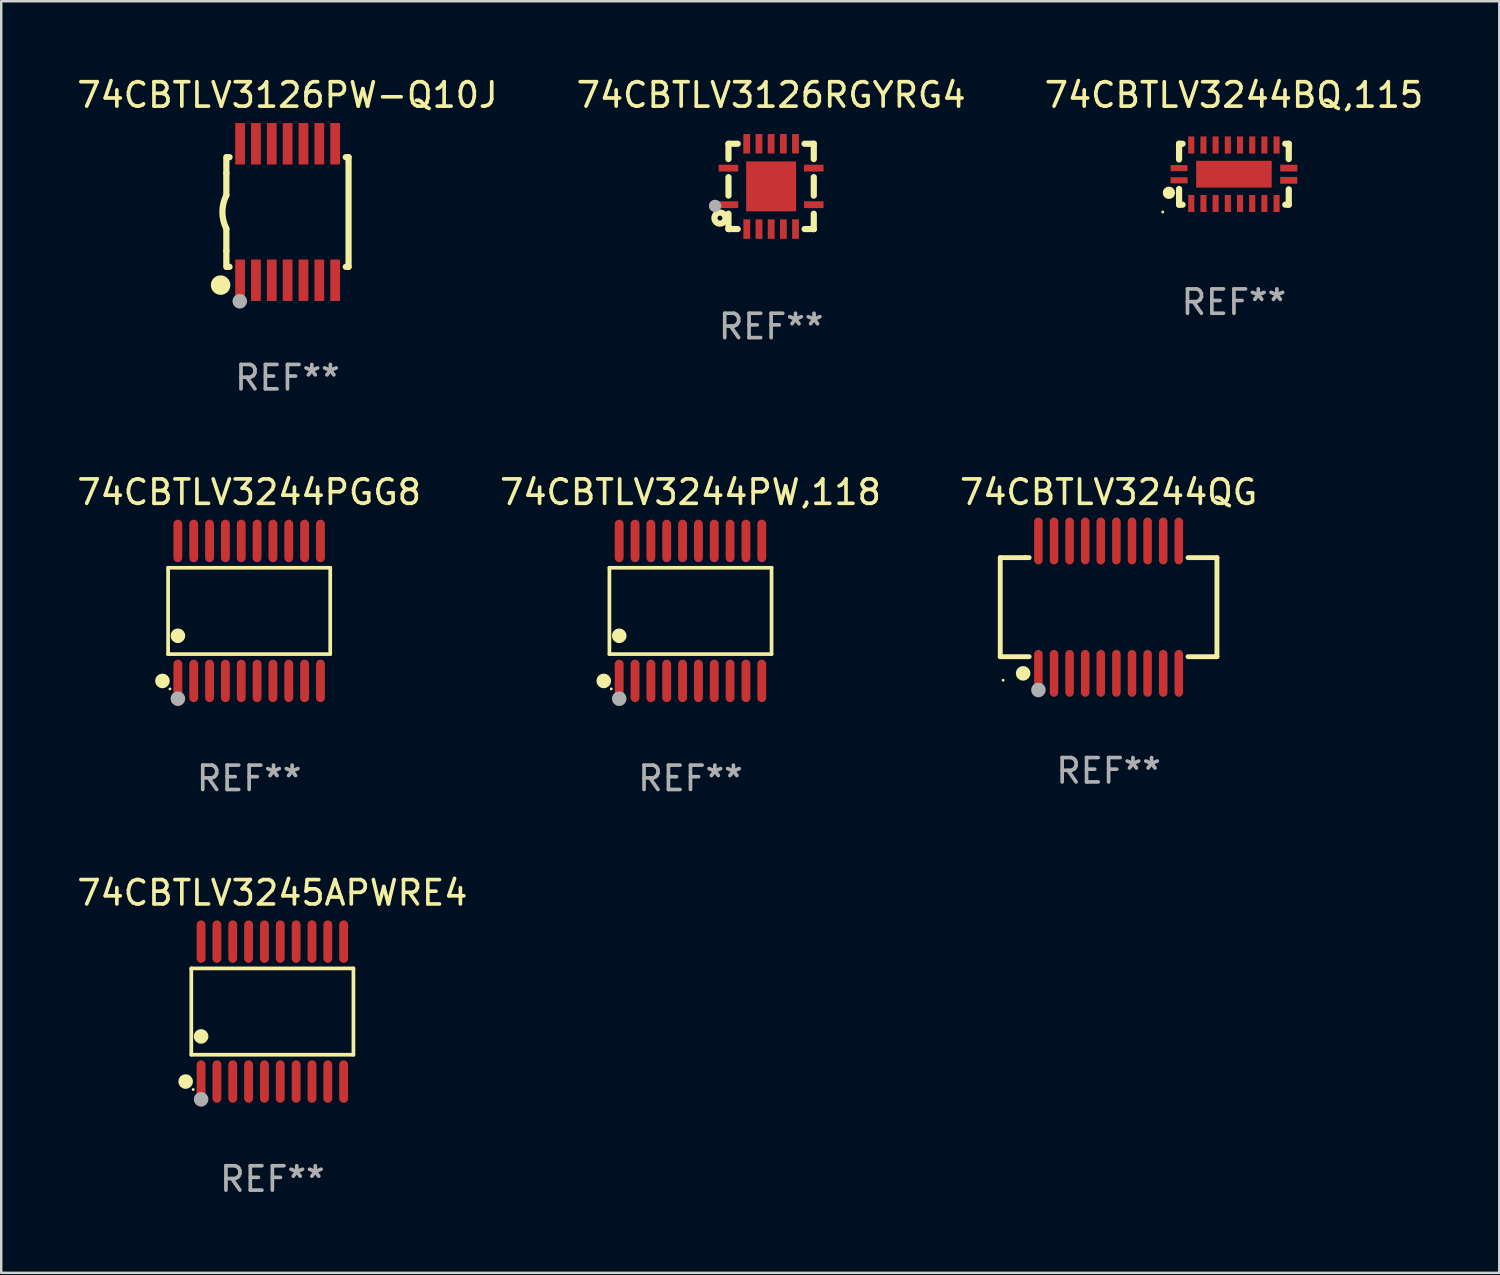
<source format=kicad_pcb>
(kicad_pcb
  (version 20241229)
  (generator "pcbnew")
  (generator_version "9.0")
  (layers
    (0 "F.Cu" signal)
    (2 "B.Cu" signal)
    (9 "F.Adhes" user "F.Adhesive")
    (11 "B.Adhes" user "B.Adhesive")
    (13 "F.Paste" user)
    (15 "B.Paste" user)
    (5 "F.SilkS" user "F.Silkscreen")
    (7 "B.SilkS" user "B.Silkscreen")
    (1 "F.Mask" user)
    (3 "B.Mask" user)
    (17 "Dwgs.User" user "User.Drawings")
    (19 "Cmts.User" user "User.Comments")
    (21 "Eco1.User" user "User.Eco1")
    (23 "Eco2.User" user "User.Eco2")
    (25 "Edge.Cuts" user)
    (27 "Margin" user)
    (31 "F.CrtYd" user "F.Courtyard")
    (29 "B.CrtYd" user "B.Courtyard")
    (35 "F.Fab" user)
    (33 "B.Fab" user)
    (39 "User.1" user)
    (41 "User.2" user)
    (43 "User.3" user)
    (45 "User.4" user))
  (footprint "74CBTLV3126RGYRG4"
    (layer "F.Cu")
    (at 28.589 4.598)
    (property "Reference" "74CBTLV3126RGYRG4" (at 0 -3.75 0) (layer "F.SilkS") (effects (font (size 1 1) (thickness 0.15))))
    (attr through_hole)
    (fp_line (start -1.75 1.75) (end -1.37 1.75) (stroke (width 0.254) (type solid)) (layer "F.SilkS"))
    (fp_line (start -1.75 -1.75) (end -1.75 -1.121) (stroke (width 0.254) (type solid)) (layer "F.SilkS"))
    (fp_line (start -1.75 -0.379) (end -1.75 0.377) (stroke (width 0.254) (type solid)) (layer "F.SilkS"))
    (fp_line (start -1.75 1.119) (end -1.75 1.75) (stroke (width 0.254) (type solid)) (layer "F.SilkS"))
    (fp_line (start -1.75 1.75) (end -1.75 1.75) (stroke (width 0.254) (type solid)) (layer "F.SilkS"))
    (fp_line (start -1.371 -1.75) (end -1.75 -1.75) (stroke (width 0.254) (type solid)) (layer "F.SilkS"))
    (fp_line (start 1.373 1.75) (end 1.75 1.75) (stroke (width 0.254) (type solid)) (layer "F.SilkS"))
    (fp_line (start 1.75 1.75) (end 1.75 1.75) (stroke (width 0.254) (type solid)) (layer "F.SilkS"))
    (fp_line (start 1.75 -1.75) (end 1.371 -1.75) (stroke (width 0.254) (type solid)) (layer "F.SilkS"))
    (fp_line (start 1.75 -1.121) (end 1.75 -1.75) (stroke (width 0.254) (type solid)) (layer "F.SilkS"))
    (fp_line (start 1.75 0.379) (end 1.75 -0.379) (stroke (width 0.254) (type solid)) (layer "F.SilkS"))
    (fp_line (start 1.75 1.75) (end 1.75 1.121) (stroke (width 0.254) (type solid)) (layer "F.SilkS"))
    (fp_circle (center -2.1 1.3) (end -2 1.3) (stroke (width 0.254) (type solid)) (fill no) (layer "F.SilkS"))
    (fp_circle (center -1.747 1.751) (end -1.717 1.751) (stroke (width 0.06) (type solid)) (fill no) (layer "F.SilkS"))
    (fp_circle (center -2.3 0.8) (end -2.173 0.8) (stroke (width 0.254) (type solid)) (fill no) (layer "F.Fab"))
    (fp_text user "REF**" (at 0 5.75 0) (layer "F.Fab") (effects (font (size 1 1) (thickness 0.15))))
    (pad "1" smd rect (at -1.75 0.75 270) (size 0.28 0.8) (layers "F.Cu" "F.Mask" "F.Paste"))
    (pad "2" smd rect (at -0.998 1.75 180) (size 0.28 0.8) (layers "F.Cu" "F.Mask" "F.Paste"))
    (pad "3" smd rect (at -0.498 1.75 180) (size 0.28 0.8) (layers "F.Cu" "F.Mask" "F.Paste"))
    (pad "4" smd rect (at 0.002 1.75 180) (size 0.28 0.8) (layers "F.Cu" "F.Mask" "F.Paste"))
    (pad "5" smd rect (at 0.502 1.75 180) (size 0.28 0.8) (layers "F.Cu" "F.Mask" "F.Paste"))
    (pad "6" smd rect (at 1.002 1.75 180) (size 0.28 0.8) (layers "F.Cu" "F.Mask" "F.Paste"))
    (pad "7" smd rect (at 1.75 0.75 270) (size 0.28 0.8) (layers "F.Cu" "F.Mask" "F.Paste"))
    (pad "8" smd rect (at 1.75 -0.75 270) (size 0.28 0.8) (layers "F.Cu" "F.Mask" "F.Paste"))
    (pad "9" smd rect (at 1 -1.75) (size 0.28 0.8) (layers "F.Cu" "F.Mask" "F.Paste"))
    (pad "10" smd rect (at 0.5 -1.75) (size 0.28 0.8) (layers "F.Cu" "F.Mask" "F.Paste"))
    (pad "11" smd rect (at 0 -1.75) (size 0.28 0.8) (layers "F.Cu" "F.Mask" "F.Paste"))
    (pad "12" smd rect (at -0.5 -1.75) (size 0.28 0.8) (layers "F.Cu" "F.Mask" "F.Paste"))
    (pad "13" smd rect (at -1 -1.75) (size 0.28 0.8) (layers "F.Cu" "F.Mask" "F.Paste"))
    (pad "14" smd rect (at -1.75 -0.75 90) (size 0.28 0.8) (layers "F.Cu" "F.Mask" "F.Paste"))
    (pad "15" smd rect (at 0 0 180) (size 2.05 2.05) (layers "F.Cu" "F.Mask" "F.Paste")))
  (footprint "74CBTLV3244BQ,115"
    (layer "F.Cu")
    (at 47.577 4.098)
    (property "Reference" "74CBTLV3244BQ,115" (at 0 -3.25 0) (layer "F.SilkS") (effects (font (size 1 1) (thickness 0.15))))
    (attr through_hole)
    (fp_line (start -2.25 0.605) (end -2.25 1.25) (stroke (width 0.254) (type solid)) (layer "F.SilkS"))
    (fp_line (start -2.25 1.25) (end -2.107 1.25) (stroke (width 0.254) (type solid)) (layer "F.SilkS"))
    (fp_line (start -2.25 -1.25) (end -2.25 -0.606) (stroke (width 0.254) (type solid)) (layer "F.SilkS"))
    (fp_line (start -2.25 -1.25) (end -2.107 -1.25) (stroke (width 0.254) (type solid)) (layer "F.SilkS"))
    (fp_line (start 2.107 -1.25) (end 2.25 -1.25) (stroke (width 0.254) (type solid)) (layer "F.SilkS"))
    (fp_line (start 2.107 1.25) (end 2.25 1.25) (stroke (width 0.254) (type solid)) (layer "F.SilkS"))
    (fp_line (start 2.25 -1.25) (end 2.25 -0.622) (stroke (width 0.254) (type solid)) (layer "F.SilkS"))
    (fp_line (start 2.25 0.62) (end 2.25 1.25) (stroke (width 0.254) (type solid)) (layer "F.SilkS"))
    (fp_circle (center -2.921 1.55) (end -2.891 1.55) (stroke (width 0.06) (type solid)) (fill no) (layer "F.SilkS"))
    (fp_circle (center -2.667 0.762) (end -2.54 0.762) (stroke (width 0.254) (type solid)) (fill no) (layer "F.SilkS"))
    (fp_text user "REF**" (at 0 5.25 0) (layer "F.Fab") (effects (font (size 1 1) (thickness 0.15))))
    (pad "1" smd rect (at -2.25 0.25 180) (size 0.7 0.25) (layers "F.Cu" "F.Mask" "F.Paste"))
    (pad "2" smd rect (at -1.75 1.2 90) (size 0.7 0.25) (layers "F.Cu" "F.Mask" "F.Paste"))
    (pad "3" smd rect (at -1.25 1.2 90) (size 0.7 0.25) (layers "F.Cu" "F.Mask" "F.Paste"))
    (pad "4" smd rect (at -0.751 1.2 90) (size 0.7 0.25) (layers "F.Cu" "F.Mask" "F.Paste"))
    (pad "5" smd rect (at -0.25 1.2 90) (size 0.7 0.25) (layers "F.Cu" "F.Mask" "F.Paste"))
    (pad "6" smd rect (at 0.25 1.2 90) (size 0.7 0.25) (layers "F.Cu" "F.Mask" "F.Paste"))
    (pad "7" smd rect (at 0.751 1.2 90) (size 0.7 0.25) (layers "F.Cu" "F.Mask" "F.Paste"))
    (pad "8" smd rect (at 1.25 1.2 90) (size 0.7 0.25) (layers "F.Cu" "F.Mask" "F.Paste"))
    (pad "9" smd rect (at 1.75 1.2 90) (size 0.7 0.25) (layers "F.Cu" "F.Mask" "F.Paste"))
    (pad "10" smd rect (at 2.25 0.25 180) (size 0.7 0.28) (layers "F.Cu" "F.Mask" "F.Paste"))
    (pad "11" smd rect (at 2.25 -0.251 180) (size 0.7 0.28) (layers "F.Cu" "F.Mask" "F.Paste"))
    (pad "12" smd rect (at 1.75 -1.2 90) (size 0.7 0.25) (layers "F.Cu" "F.Mask" "F.Paste"))
    (pad "13" smd rect (at 1.25 -1.2 90) (size 0.7 0.25) (layers "F.Cu" "F.Mask" "F.Paste"))
    (pad "14" smd rect (at 0.751 -1.2 90) (size 0.7 0.25) (layers "F.Cu" "F.Mask" "F.Paste"))
    (pad "15" smd rect (at 0.25 -1.2 90) (size 0.7 0.25) (layers "F.Cu" "F.Mask" "F.Paste"))
    (pad "16" smd rect (at -0.25 -1.2 90) (size 0.7 0.25) (layers "F.Cu" "F.Mask" "F.Paste"))
    (pad "17" smd rect (at -0.751 -1.2 90) (size 0.7 0.25) (layers "F.Cu" "F.Mask" "F.Paste"))
    (pad "18" smd rect (at -1.25 -1.2 90) (size 0.7 0.25) (layers "F.Cu" "F.Mask" "F.Paste"))
    (pad "19" smd rect (at -1.75 -1.2 90) (size 0.7 0.25) (layers "F.Cu" "F.Mask" "F.Paste"))
    (pad "20" smd rect (at -2.25 -0.25 180) (size 0.7 0.25) (layers "F.Cu" "F.Mask" "F.Paste"))
    (pad "21" smd rect (at 0 -0.001 180) (size 3.1 1.1) (layers "F.Cu" "F.Mask" "F.Paste")))
  (footprint "74CBTLV3244PW,118"
    (layer "F.Cu")
    (at 25.28 22.016)
    (property "Reference" "74CBTLV3244PW,118" (at 0 -4.871 0) (layer "F.SilkS") (effects (font (size 1 1) (thickness 0.15))))
    (attr through_hole)
    (fp_line (start -3.326 -1.771) (end 3.326 -1.771) (stroke (width 0.152) (type solid)) (layer "F.SilkS"))
    (fp_line (start -3.326 1.771) (end -3.326 -1.771) (stroke (width 0.152) (type solid)) (layer "F.SilkS"))
    (fp_line (start 3.326 -1.771) (end 3.326 1.771) (stroke (width 0.152) (type solid)) (layer "F.SilkS"))
    (fp_line (start 3.326 1.771) (end -3.326 1.771) (stroke (width 0.152) (type solid)) (layer "F.SilkS"))
    (fp_circle (center -3.559 2.871) (end -3.409 2.871) (stroke (width 0.3) (type solid)) (fill no) (layer "F.SilkS"))
    (fp_circle (center -3.25 3.2) (end -3.22 3.2) (stroke (width 0.06) (type solid)) (fill no) (layer "F.SilkS"))
    (fp_circle (center -2.925 1.019) (end -2.775 1.019) (stroke (width 0.3) (type solid)) (fill no) (layer "F.SilkS"))
    (fp_circle (center -2.925 3.6) (end -2.775 3.6) (stroke (width 0.3) (type solid)) (fill no) (layer "F.Fab"))
    (fp_text user "REF**" (at 0 6.871 0) (layer "F.Fab") (effects (font (size 1 1) (thickness 0.15))))
    (pad "1" smd oval (at -2.925 2.871) (size 0.364 1.742) (layers "F.Cu" "F.Mask" "F.Paste"))
    (pad "2" smd oval (at -2.275 2.871) (size 0.364 1.742) (layers "F.Cu" "F.Mask" "F.Paste"))
    (pad "3" smd oval (at -1.625 2.871) (size 0.364 1.742) (layers "F.Cu" "F.Mask" "F.Paste"))
    (pad "4" smd oval (at -0.975 2.871) (size 0.364 1.742) (layers "F.Cu" "F.Mask" "F.Paste"))
    (pad "5" smd oval (at -0.325 2.871) (size 0.364 1.742) (layers "F.Cu" "F.Mask" "F.Paste"))
    (pad "6" smd oval (at 0.325 2.871) (size 0.364 1.742) (layers "F.Cu" "F.Mask" "F.Paste"))
    (pad "7" smd oval (at 0.975 2.871) (size 0.364 1.742) (layers "F.Cu" "F.Mask" "F.Paste"))
    (pad "8" smd oval (at 1.625 2.871) (size 0.364 1.742) (layers "F.Cu" "F.Mask" "F.Paste"))
    (pad "9" smd oval (at 2.275 2.871) (size 0.364 1.742) (layers "F.Cu" "F.Mask" "F.Paste"))
    (pad "10" smd oval (at 2.925 2.871) (size 0.364 1.742) (layers "F.Cu" "F.Mask" "F.Paste"))
    (pad "11" smd oval (at 2.925 -2.871) (size 0.364 1.742) (layers "F.Cu" "F.Mask" "F.Paste"))
    (pad "12" smd oval (at 2.275 -2.871) (size 0.364 1.742) (layers "F.Cu" "F.Mask" "F.Paste"))
    (pad "13" smd oval (at 1.625 -2.871) (size 0.364 1.742) (layers "F.Cu" "F.Mask" "F.Paste"))
    (pad "14" smd oval (at 0.975 -2.871) (size 0.364 1.742) (layers "F.Cu" "F.Mask" "F.Paste"))
    (pad "15" smd oval (at 0.325 -2.871) (size 0.364 1.742) (layers "F.Cu" "F.Mask" "F.Paste"))
    (pad "16" smd oval (at -0.325 -2.871) (size 0.364 1.742) (layers "F.Cu" "F.Mask" "F.Paste"))
    (pad "17" smd oval (at -0.975 -2.871) (size 0.364 1.742) (layers "F.Cu" "F.Mask" "F.Paste"))
    (pad "18" smd oval (at -1.625 -2.871) (size 0.364 1.742) (layers "F.Cu" "F.Mask" "F.Paste"))
    (pad "19" smd oval (at -2.275 -2.871) (size 0.364 1.742) (layers "F.Cu" "F.Mask" "F.Paste"))
    (pad "20" smd oval (at -2.925 -2.871) (size 0.364 1.742) (layers "F.Cu" "F.Mask" "F.Paste")))
  (footprint "74CBTLV3244QG"
    (layer "F.Cu")
    (at 42.435 21.861)
    (property "Reference" "74CBTLV3244QG" (at 0 -4.716 0) (layer "F.SilkS") (effects (font (size 1 1) (thickness 0.15))))
    (attr through_hole)
    (fp_line (start -4.445 -2.032) (end -4.445 2.032) (stroke (width 0.2) (type solid)) (layer "F.SilkS"))
    (fp_line (start -4.445 2.032) (end -3.259 2.032) (stroke (width 0.2) (type solid)) (layer "F.SilkS"))
    (fp_line (start -3.429 -2.032) (end -4.445 -2.032) (stroke (width 0.2) (type solid)) (layer "F.SilkS"))
    (fp_line (start -3.259 -2.032) (end -3.429 -2.032) (stroke (width 0.2) (type solid)) (layer "F.SilkS"))
    (fp_line (start 3.259 2.032) (end 4.445 2.032) (stroke (width 0.2) (type solid)) (layer "F.SilkS"))
    (fp_line (start 4.445 -2.032) (end 3.259 -2.032) (stroke (width 0.2) (type solid)) (layer "F.SilkS"))
    (fp_line (start 4.445 2.032) (end 4.445 -2.032) (stroke (width 0.2) (type solid)) (layer "F.SilkS"))
    (fp_circle (center -4.327 2.997) (end -4.297 2.997) (stroke (width 0.06) (type solid)) (fill no) (layer "F.SilkS"))
    (fp_circle (center -3.507 2.716) (end -3.357 2.716) (stroke (width 0.3) (type solid)) (fill no) (layer "F.SilkS"))
    (fp_circle (center -2.88 3.398) (end -2.73 3.398) (stroke (width 0.3) (type solid)) (fill no) (layer "F.Fab"))
    (fp_text user "REF**" (at 0 6.716 0) (layer "F.Fab") (effects (font (size 1 1) (thickness 0.15))))
    (pad "1" smd oval (at -2.88 2.716) (size 0.35 1.922) (layers "F.Cu" "F.Mask" "F.Paste"))
    (pad "2" smd oval (at -2.24 2.716) (size 0.35 1.922) (layers "F.Cu" "F.Mask" "F.Paste"))
    (pad "3" smd oval (at -1.6 2.716) (size 0.35 1.922) (layers "F.Cu" "F.Mask" "F.Paste"))
    (pad "4" smd oval (at -0.96 2.716) (size 0.35 1.922) (layers "F.Cu" "F.Mask" "F.Paste"))
    (pad "5" smd oval (at -0.32 2.716) (size 0.35 1.922) (layers "F.Cu" "F.Mask" "F.Paste"))
    (pad "6" smd oval (at 0.32 2.716) (size 0.35 1.922) (layers "F.Cu" "F.Mask" "F.Paste"))
    (pad "7" smd oval (at 0.96 2.716) (size 0.35 1.922) (layers "F.Cu" "F.Mask" "F.Paste"))
    (pad "8" smd oval (at 1.6 2.716) (size 0.35 1.922) (layers "F.Cu" "F.Mask" "F.Paste"))
    (pad "9" smd oval (at 2.24 2.716) (size 0.35 1.922) (layers "F.Cu" "F.Mask" "F.Paste"))
    (pad "10" smd oval (at 2.88 2.716) (size 0.35 1.922) (layers "F.Cu" "F.Mask" "F.Paste"))
    (pad "11" smd oval (at 2.88 -2.716) (size 0.35 1.922) (layers "F.Cu" "F.Mask" "F.Paste"))
    (pad "12" smd oval (at 2.24 -2.716) (size 0.35 1.922) (layers "F.Cu" "F.Mask" "F.Paste"))
    (pad "13" smd oval (at 1.6 -2.716) (size 0.35 1.922) (layers "F.Cu" "F.Mask" "F.Paste"))
    (pad "14" smd oval (at 0.96 -2.716) (size 0.35 1.922) (layers "F.Cu" "F.Mask" "F.Paste"))
    (pad "15" smd oval (at 0.32 -2.716) (size 0.35 1.922) (layers "F.Cu" "F.Mask" "F.Paste"))
    (pad "16" smd oval (at -0.32 -2.716) (size 0.35 1.922) (layers "F.Cu" "F.Mask" "F.Paste"))
    (pad "17" smd oval (at -0.96 -2.716) (size 0.35 1.922) (layers "F.Cu" "F.Mask" "F.Paste"))
    (pad "18" smd oval (at -1.6 -2.716) (size 0.35 1.922) (layers "F.Cu" "F.Mask" "F.Paste"))
    (pad "19" smd oval (at -2.24 -2.716) (size 0.35 1.922) (layers "F.Cu" "F.Mask" "F.Paste"))
    (pad "20" smd oval (at -2.88 -2.716) (size 0.35 1.922) (layers "F.Cu" "F.Mask" "F.Paste")))
  (footprint "74CBTLV3245APWRE4"
    (layer "F.Cu")
    (at 8.125 38.454)
    (property "Reference" "74CBTLV3245APWRE4" (at 0 -4.871 0) (layer "F.SilkS") (effects (font (size 1 1) (thickness 0.15))))
    (attr through_hole)
    (fp_line (start -3.326 -1.771) (end 3.326 -1.771) (stroke (width 0.152) (type solid)) (layer "F.SilkS"))
    (fp_line (start -3.326 1.771) (end -3.326 -1.771) (stroke (width 0.152) (type solid)) (layer "F.SilkS"))
    (fp_line (start 3.326 -1.771) (end 3.326 1.771) (stroke (width 0.152) (type solid)) (layer "F.SilkS"))
    (fp_line (start 3.326 1.771) (end -3.326 1.771) (stroke (width 0.152) (type solid)) (layer "F.SilkS"))
    (fp_circle (center -3.559 2.871) (end -3.409 2.871) (stroke (width 0.3) (type solid)) (fill no) (layer "F.SilkS"))
    (fp_circle (center -3.25 3.2) (end -3.22 3.2) (stroke (width 0.06) (type solid)) (fill no) (layer "F.SilkS"))
    (fp_circle (center -2.925 1.019) (end -2.775 1.019) (stroke (width 0.3) (type solid)) (fill no) (layer "F.SilkS"))
    (fp_circle (center -2.925 3.6) (end -2.775 3.6) (stroke (width 0.3) (type solid)) (fill no) (layer "F.Fab"))
    (fp_text user "REF**" (at 0 6.871 0) (layer "F.Fab") (effects (font (size 1 1) (thickness 0.15))))
    (pad "1" smd oval (at -2.925 2.871) (size 0.364 1.742) (layers "F.Cu" "F.Mask" "F.Paste"))
    (pad "2" smd oval (at -2.275 2.871) (size 0.364 1.742) (layers "F.Cu" "F.Mask" "F.Paste"))
    (pad "3" smd oval (at -1.625 2.871) (size 0.364 1.742) (layers "F.Cu" "F.Mask" "F.Paste"))
    (pad "4" smd oval (at -0.975 2.871) (size 0.364 1.742) (layers "F.Cu" "F.Mask" "F.Paste"))
    (pad "5" smd oval (at -0.325 2.871) (size 0.364 1.742) (layers "F.Cu" "F.Mask" "F.Paste"))
    (pad "6" smd oval (at 0.325 2.871) (size 0.364 1.742) (layers "F.Cu" "F.Mask" "F.Paste"))
    (pad "7" smd oval (at 0.975 2.871) (size 0.364 1.742) (layers "F.Cu" "F.Mask" "F.Paste"))
    (pad "8" smd oval (at 1.625 2.871) (size 0.364 1.742) (layers "F.Cu" "F.Mask" "F.Paste"))
    (pad "9" smd oval (at 2.275 2.871) (size 0.364 1.742) (layers "F.Cu" "F.Mask" "F.Paste"))
    (pad "10" smd oval (at 2.925 2.871) (size 0.364 1.742) (layers "F.Cu" "F.Mask" "F.Paste"))
    (pad "11" smd oval (at 2.925 -2.871) (size 0.364 1.742) (layers "F.Cu" "F.Mask" "F.Paste"))
    (pad "12" smd oval (at 2.275 -2.871) (size 0.364 1.742) (layers "F.Cu" "F.Mask" "F.Paste"))
    (pad "13" smd oval (at 1.625 -2.871) (size 0.364 1.742) (layers "F.Cu" "F.Mask" "F.Paste"))
    (pad "14" smd oval (at 0.975 -2.871) (size 0.364 1.742) (layers "F.Cu" "F.Mask" "F.Paste"))
    (pad "15" smd oval (at 0.325 -2.871) (size 0.364 1.742) (layers "F.Cu" "F.Mask" "F.Paste"))
    (pad "16" smd oval (at -0.325 -2.871) (size 0.364 1.742) (layers "F.Cu" "F.Mask" "F.Paste"))
    (pad "17" smd oval (at -0.975 -2.871) (size 0.364 1.742) (layers "F.Cu" "F.Mask" "F.Paste"))
    (pad "18" smd oval (at -1.625 -2.871) (size 0.364 1.742) (layers "F.Cu" "F.Mask" "F.Paste"))
    (pad "19" smd oval (at -2.275 -2.871) (size 0.364 1.742) (layers "F.Cu" "F.Mask" "F.Paste"))
    (pad "20" smd oval (at -2.925 -2.871) (size 0.364 1.742) (layers "F.Cu" "F.Mask" "F.Paste")))
  (footprint "74CBTLV3126PW-Q10J"
    (layer "F.Cu")
    (at 8.744 5.648)
    (property "Reference" "74CBTLV3126PW-Q10J" (at 0 -4.8 0) (layer "F.SilkS") (effects (font (size 1 1) (thickness 0.15))))
    (attr through_hole)
    (fp_line (start -2.507 -1.6) (end -2.507 -2.25) (stroke (width 0.254) (type solid)) (layer "F.SilkS"))
    (fp_line (start -2.507 -0.686) (end -2.507 -1.6) (stroke (width 0.254) (type solid)) (layer "F.SilkS"))
    (fp_line (start -2.507 1.6) (end -2.507 0.686) (stroke (width 0.254) (type solid)) (layer "F.SilkS"))
    (fp_line (start -2.507 1.6) (end -2.507 2.25) (stroke (width 0.254) (type solid)) (layer "F.SilkS"))
    (fp_line (start -2.493 -2.25) (end -2.377 -2.25) (stroke (width 0.254) (type solid)) (layer "F.SilkS"))
    (fp_line (start -2.377 2.25) (end -2.493 2.25) (stroke (width 0.254) (type solid)) (layer "F.SilkS"))
    (fp_line (start 2.392 -2.25) (end 2.507 -2.25) (stroke (width 0.254) (type solid)) (layer "F.SilkS"))
    (fp_line (start 2.507 -2.25) (end 2.507 2.25) (stroke (width 0.254) (type solid)) (layer "F.SilkS"))
    (fp_line (start 2.507 2.25) (end 2.392 2.25) (stroke (width 0.254) (type solid)) (layer "F.SilkS"))
    (fp_arc (start -2.507303 0.685802) (mid -2.669199 0) (end -2.507303 -0.685801) (stroke (width 0.254001) (type solid)) (layer "F.SilkS"))
    (fp_circle (center -2.743 3) (end -2.543 3) (stroke (width 0.4) (type solid)) (fill no) (layer "F.SilkS"))
    (fp_circle (center -2.493 3.2) (end -2.463 3.2) (stroke (width 0.06) (type solid)) (fill no) (layer "F.SilkS"))
    (fp_circle (center -1.957 3.662) (end -1.807 3.662) (stroke (width 0.3) (type solid)) (fill no) (layer "F.Fab"))
    (fp_text user "REF**" (at 0 6.8 0) (layer "F.Fab") (effects (font (size 1 1) (thickness 0.15))))
    (pad "1" smd rect (at -1.943 2.8) (size 0.4 1.7) (layers "F.Cu" "F.Mask" "F.Paste"))
    (pad "2" smd rect (at -1.293 2.8) (size 0.4 1.7) (layers "F.Cu" "F.Mask" "F.Paste"))
    (pad "3" smd rect (at -0.643 2.8) (size 0.4 1.7) (layers "F.Cu" "F.Mask" "F.Paste"))
    (pad "4" smd rect (at 0.007 2.8) (size 0.4 1.7) (layers "F.Cu" "F.Mask" "F.Paste"))
    (pad "5" smd rect (at 0.657 2.8) (size 0.4 1.7) (layers "F.Cu" "F.Mask" "F.Paste"))
    (pad "6" smd rect (at 1.307 2.8) (size 0.4 1.7) (layers "F.Cu" "F.Mask" "F.Paste"))
    (pad "7" smd rect (at 1.957 2.8) (size 0.4 1.7) (layers "F.Cu" "F.Mask" "F.Paste"))
    (pad "8" smd rect (at 1.957 -2.8) (size 0.4 1.7) (layers "F.Cu" "F.Mask" "F.Paste"))
    (pad "9" smd rect (at 1.307 -2.8) (size 0.4 1.7) (layers "F.Cu" "F.Mask" "F.Paste"))
    (pad "10" smd rect (at 0.657 -2.8) (size 0.4 1.7) (layers "F.Cu" "F.Mask" "F.Paste"))
    (pad "11" smd rect (at 0.007 -2.8) (size 0.4 1.7) (layers "F.Cu" "F.Mask" "F.Paste"))
    (pad "12" smd rect (at -0.643 -2.8) (size 0.4 1.7) (layers "F.Cu" "F.Mask" "F.Paste"))
    (pad "13" smd rect (at -1.293 -2.8) (size 0.4 1.7) (layers "F.Cu" "F.Mask" "F.Paste"))
    (pad "14" smd rect (at -1.943 -2.8) (size 0.4 1.7) (layers "F.Cu" "F.Mask" "F.Paste")))
  (footprint "74CBTLV3244PGG8"
    (layer "F.Cu")
    (at 7.173 22.016)
    (property "Reference" "74CBTLV3244PGG8" (at 0 -4.871 0) (layer "F.SilkS") (effects (font (size 1 1) (thickness 0.15))))
    (attr through_hole)
    (fp_line (start -3.326 -1.771) (end 3.326 -1.771) (stroke (width 0.152) (type solid)) (layer "F.SilkS"))
    (fp_line (start -3.326 1.771) (end -3.326 -1.771) (stroke (width 0.152) (type solid)) (layer "F.SilkS"))
    (fp_line (start 3.326 -1.771) (end 3.326 1.771) (stroke (width 0.152) (type solid)) (layer "F.SilkS"))
    (fp_line (start 3.326 1.771) (end -3.326 1.771) (stroke (width 0.152) (type solid)) (layer "F.SilkS"))
    (fp_circle (center -3.559 2.871) (end -3.409 2.871) (stroke (width 0.3) (type solid)) (fill no) (layer "F.SilkS"))
    (fp_circle (center -3.25 3.2) (end -3.22 3.2) (stroke (width 0.06) (type solid)) (fill no) (layer "F.SilkS"))
    (fp_circle (center -2.925 1.019) (end -2.775 1.019) (stroke (width 0.3) (type solid)) (fill no) (layer "F.SilkS"))
    (fp_circle (center -2.925 3.6) (end -2.775 3.6) (stroke (width 0.3) (type solid)) (fill no) (layer "F.Fab"))
    (fp_text user "REF**" (at 0 6.871 0) (layer "F.Fab") (effects (font (size 1 1) (thickness 0.15))))
    (pad "1" smd oval (at -2.925 2.871) (size 0.364 1.742) (layers "F.Cu" "F.Mask" "F.Paste"))
    (pad "2" smd oval (at -2.275 2.871) (size 0.364 1.742) (layers "F.Cu" "F.Mask" "F.Paste"))
    (pad "3" smd oval (at -1.625 2.871) (size 0.364 1.742) (layers "F.Cu" "F.Mask" "F.Paste"))
    (pad "4" smd oval (at -0.975 2.871) (size 0.364 1.742) (layers "F.Cu" "F.Mask" "F.Paste"))
    (pad "5" smd oval (at -0.325 2.871) (size 0.364 1.742) (layers "F.Cu" "F.Mask" "F.Paste"))
    (pad "6" smd oval (at 0.325 2.871) (size 0.364 1.742) (layers "F.Cu" "F.Mask" "F.Paste"))
    (pad "7" smd oval (at 0.975 2.871) (size 0.364 1.742) (layers "F.Cu" "F.Mask" "F.Paste"))
    (pad "8" smd oval (at 1.625 2.871) (size 0.364 1.742) (layers "F.Cu" "F.Mask" "F.Paste"))
    (pad "9" smd oval (at 2.275 2.871) (size 0.364 1.742) (layers "F.Cu" "F.Mask" "F.Paste"))
    (pad "10" smd oval (at 2.925 2.871) (size 0.364 1.742) (layers "F.Cu" "F.Mask" "F.Paste"))
    (pad "11" smd oval (at 2.925 -2.871) (size 0.364 1.742) (layers "F.Cu" "F.Mask" "F.Paste"))
    (pad "12" smd oval (at 2.275 -2.871) (size 0.364 1.742) (layers "F.Cu" "F.Mask" "F.Paste"))
    (pad "13" smd oval (at 1.625 -2.871) (size 0.364 1.742) (layers "F.Cu" "F.Mask" "F.Paste"))
    (pad "14" smd oval (at 0.975 -2.871) (size 0.364 1.742) (layers "F.Cu" "F.Mask" "F.Paste"))
    (pad "15" smd oval (at 0.325 -2.871) (size 0.364 1.742) (layers "F.Cu" "F.Mask" "F.Paste"))
    (pad "16" smd oval (at -0.325 -2.871) (size 0.364 1.742) (layers "F.Cu" "F.Mask" "F.Paste"))
    (pad "17" smd oval (at -0.975 -2.871) (size 0.364 1.742) (layers "F.Cu" "F.Mask" "F.Paste"))
    (pad "18" smd oval (at -1.625 -2.871) (size 0.364 1.742) (layers "F.Cu" "F.Mask" "F.Paste"))
    (pad "19" smd oval (at -2.275 -2.871) (size 0.364 1.742) (layers "F.Cu" "F.Mask" "F.Paste"))
    (pad "20" smd oval (at -2.925 -2.871) (size 0.364 1.742) (layers "F.Cu" "F.Mask" "F.Paste")))
  (gr_rect
    (start -3 -3)
    (end 58.464 49.174)
    (stroke (width 0.1) (type default))
    (fill no)
    (layer "Edge.Cuts")))
</source>
